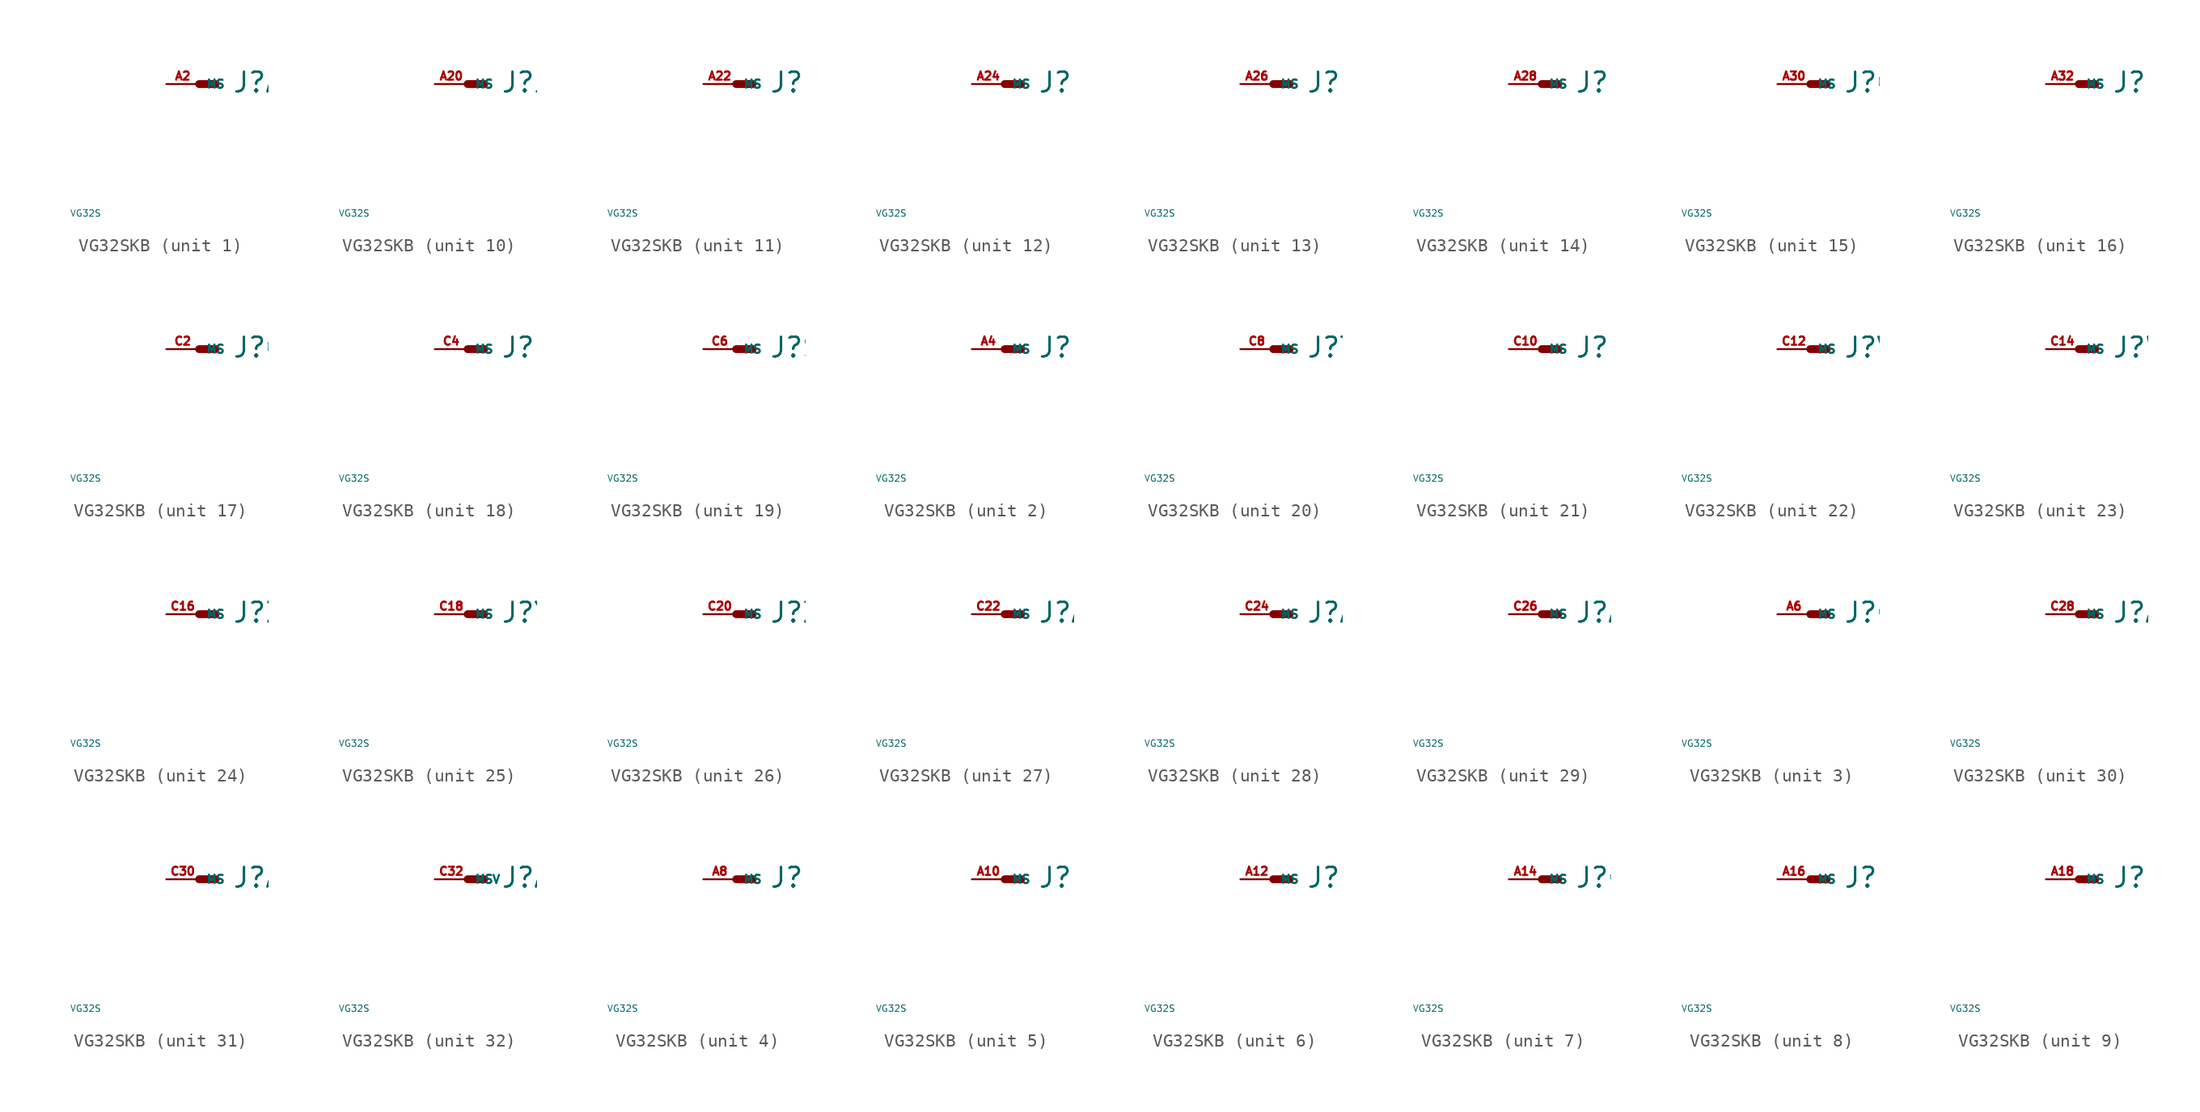
<source format=kicad_sym>
(kicad_symbol_lib
  (version 20220914)
  (generator Eagle2Kicad)
  (symbol "VG32SKB"
    (property "Reference" "J"
      (at 2.54 -0.762 0)
      (effects (font (size 1.524 1.524) (thickness 0.19)) (justify left bottom)))
    (property "Value" "VG32S"
      (at -10 -10 0)
      (effects (font (size 0.5 0.5) (thickness 0.06)) (justify left)))
    (symbol "VG32SKB_1_0"
      (polyline (pts (xy 0 0) (xy 1.27 0)) (stroke (width 0.61) (type default)) (fill (type none)))
      (pin passive line (at -2.54 0 0) (length 2.54) (name "MS" (effects (font (size 0.635 0.635) (thickness 0.08)) (justify left bottom))) (number "A2" (effects (font (size 0.635 0.635) (thickness 0.08)) (justify left bottom)))))
    (symbol "VG32SKB_2_0"
      (polyline (pts (xy 0 0) (xy 1.27 0)) (stroke (width 0.61) (type default)) (fill (type none)))
      (pin passive line (at -2.54 0 0) (length 2.54) (name "MS" (effects (font (size 0.635 0.635) (thickness 0.08)) (justify left bottom))) (number "A4" (effects (font (size 0.635 0.635) (thickness 0.08)) (justify left bottom)))))
    (symbol "VG32SKB_3_0"
      (polyline (pts (xy 0 0) (xy 1.27 0)) (stroke (width 0.61) (type default)) (fill (type none)))
      (pin passive line (at -2.54 0 0) (length 2.54) (name "MS" (effects (font (size 0.635 0.635) (thickness 0.08)) (justify left bottom))) (number "A6" (effects (font (size 0.635 0.635) (thickness 0.08)) (justify left bottom)))))
    (symbol "VG32SKB_4_0"
      (polyline (pts (xy 0 0) (xy 1.27 0)) (stroke (width 0.61) (type default)) (fill (type none)))
      (pin passive line (at -2.54 0 0) (length 2.54) (name "MS" (effects (font (size 0.635 0.635) (thickness 0.08)) (justify left bottom))) (number "A8" (effects (font (size 0.635 0.635) (thickness 0.08)) (justify left bottom)))))
    (symbol "VG32SKB_5_0"
      (polyline (pts (xy 0 0) (xy 1.27 0)) (stroke (width 0.61) (type default)) (fill (type none)))
      (pin passive line (at -2.54 0 0) (length 2.54) (name "MS" (effects (font (size 0.635 0.635) (thickness 0.08)) (justify left bottom))) (number "A10" (effects (font (size 0.635 0.635) (thickness 0.08)) (justify left bottom)))))
    (symbol "VG32SKB_6_0"
      (polyline (pts (xy 0 0) (xy 1.27 0)) (stroke (width 0.61) (type default)) (fill (type none)))
      (pin passive line (at -2.54 0 0) (length 2.54) (name "MS" (effects (font (size 0.635 0.635) (thickness 0.08)) (justify left bottom))) (number "A12" (effects (font (size 0.635 0.635) (thickness 0.08)) (justify left bottom)))))
    (symbol "VG32SKB_7_0"
      (polyline (pts (xy 0 0) (xy 1.27 0)) (stroke (width 0.61) (type default)) (fill (type none)))
      (pin passive line (at -2.54 0 0) (length 2.54) (name "MS" (effects (font (size 0.635 0.635) (thickness 0.08)) (justify left bottom))) (number "A14" (effects (font (size 0.635 0.635) (thickness 0.08)) (justify left bottom)))))
    (symbol "VG32SKB_8_0"
      (polyline (pts (xy 0 0) (xy 1.27 0)) (stroke (width 0.61) (type default)) (fill (type none)))
      (pin passive line (at -2.54 0 0) (length 2.54) (name "MS" (effects (font (size 0.635 0.635) (thickness 0.08)) (justify left bottom))) (number "A16" (effects (font (size 0.635 0.635) (thickness 0.08)) (justify left bottom)))))
    (symbol "VG32SKB_9_0"
      (polyline (pts (xy 0 0) (xy 1.27 0)) (stroke (width 0.61) (type default)) (fill (type none)))
      (pin passive line (at -2.54 0 0) (length 2.54) (name "MS" (effects (font (size 0.635 0.635) (thickness 0.08)) (justify left bottom))) (number "A18" (effects (font (size 0.635 0.635) (thickness 0.08)) (justify left bottom)))))
    (symbol "VG32SKB_10_0"
      (polyline (pts (xy 0 0) (xy 1.27 0)) (stroke (width 0.61) (type default)) (fill (type none)))
      (pin passive line (at -2.54 0 0) (length 2.54) (name "MS" (effects (font (size 0.635 0.635) (thickness 0.08)) (justify left bottom))) (number "A20" (effects (font (size 0.635 0.635) (thickness 0.08)) (justify left bottom)))))
    (symbol "VG32SKB_11_0"
      (polyline (pts (xy 0 0) (xy 1.27 0)) (stroke (width 0.61) (type default)) (fill (type none)))
      (pin passive line (at -2.54 0 0) (length 2.54) (name "MS" (effects (font (size 0.635 0.635) (thickness 0.08)) (justify left bottom))) (number "A22" (effects (font (size 0.635 0.635) (thickness 0.08)) (justify left bottom)))))
    (symbol "VG32SKB_12_0"
      (polyline (pts (xy 0 0) (xy 1.27 0)) (stroke (width 0.61) (type default)) (fill (type none)))
      (pin passive line (at -2.54 0 0) (length 2.54) (name "MS" (effects (font (size 0.635 0.635) (thickness 0.08)) (justify left bottom))) (number "A24" (effects (font (size 0.635 0.635) (thickness 0.08)) (justify left bottom)))))
    (symbol "VG32SKB_13_0"
      (polyline (pts (xy 0 0) (xy 1.27 0)) (stroke (width 0.61) (type default)) (fill (type none)))
      (pin passive line (at -2.54 0 0) (length 2.54) (name "MS" (effects (font (size 0.635 0.635) (thickness 0.08)) (justify left bottom))) (number "A26" (effects (font (size 0.635 0.635) (thickness 0.08)) (justify left bottom)))))
    (symbol "VG32SKB_14_0"
      (polyline (pts (xy 0 0) (xy 1.27 0)) (stroke (width 0.61) (type default)) (fill (type none)))
      (pin passive line (at -2.54 0 0) (length 2.54) (name "MS" (effects (font (size 0.635 0.635) (thickness 0.08)) (justify left bottom))) (number "A28" (effects (font (size 0.635 0.635) (thickness 0.08)) (justify left bottom)))))
    (symbol "VG32SKB_15_0"
      (polyline (pts (xy 0 0) (xy 1.27 0)) (stroke (width 0.61) (type default)) (fill (type none)))
      (pin passive line (at -2.54 0 0) (length 2.54) (name "MS" (effects (font (size 0.635 0.635) (thickness 0.08)) (justify left bottom))) (number "A30" (effects (font (size 0.635 0.635) (thickness 0.08)) (justify left bottom)))))
    (symbol "VG32SKB_16_0"
      (polyline (pts (xy 0 0) (xy 1.27 0)) (stroke (width 0.61) (type default)) (fill (type none)))
      (pin passive line (at -2.54 0 0) (length 2.54) (name "MS" (effects (font (size 0.635 0.635) (thickness 0.08)) (justify left bottom))) (number "A32" (effects (font (size 0.635 0.635) (thickness 0.08)) (justify left bottom)))))
    (symbol "VG32SKB_17_0"
      (polyline (pts (xy 0 0) (xy 1.27 0)) (stroke (width 0.61) (type default)) (fill (type none)))
      (pin passive line (at -2.54 0 0) (length 2.54) (name "MS" (effects (font (size 0.635 0.635) (thickness 0.08)) (justify left bottom))) (number "C2" (effects (font (size 0.635 0.635) (thickness 0.08)) (justify left bottom)))))
    (symbol "VG32SKB_18_0"
      (polyline (pts (xy 0 0) (xy 1.27 0)) (stroke (width 0.61) (type default)) (fill (type none)))
      (pin passive line (at -2.54 0 0) (length 2.54) (name "MS" (effects (font (size 0.635 0.635) (thickness 0.08)) (justify left bottom))) (number "C4" (effects (font (size 0.635 0.635) (thickness 0.08)) (justify left bottom)))))
    (symbol "VG32SKB_19_0"
      (polyline (pts (xy 0 0) (xy 1.27 0)) (stroke (width 0.61) (type default)) (fill (type none)))
      (pin passive line (at -2.54 0 0) (length 2.54) (name "MS" (effects (font (size 0.635 0.635) (thickness 0.08)) (justify left bottom))) (number "C6" (effects (font (size 0.635 0.635) (thickness 0.08)) (justify left bottom)))))
    (symbol "VG32SKB_20_0"
      (polyline (pts (xy 0 0) (xy 1.27 0)) (stroke (width 0.61) (type default)) (fill (type none)))
      (pin passive line (at -2.54 0 0) (length 2.54) (name "MS" (effects (font (size 0.635 0.635) (thickness 0.08)) (justify left bottom))) (number "C8" (effects (font (size 0.635 0.635) (thickness 0.08)) (justify left bottom)))))
    (symbol "VG32SKB_21_0"
      (polyline (pts (xy 0 0) (xy 1.27 0)) (stroke (width 0.61) (type default)) (fill (type none)))
      (pin passive line (at -2.54 0 0) (length 2.54) (name "MS" (effects (font (size 0.635 0.635) (thickness 0.08)) (justify left bottom))) (number "C10" (effects (font (size 0.635 0.635) (thickness 0.08)) (justify left bottom)))))
    (symbol "VG32SKB_22_0"
      (polyline (pts (xy 0 0) (xy 1.27 0)) (stroke (width 0.61) (type default)) (fill (type none)))
      (pin passive line (at -2.54 0 0) (length 2.54) (name "MS" (effects (font (size 0.635 0.635) (thickness 0.08)) (justify left bottom))) (number "C12" (effects (font (size 0.635 0.635) (thickness 0.08)) (justify left bottom)))))
    (symbol "VG32SKB_23_0"
      (polyline (pts (xy 0 0) (xy 1.27 0)) (stroke (width 0.61) (type default)) (fill (type none)))
      (pin passive line (at -2.54 0 0) (length 2.54) (name "MS" (effects (font (size 0.635 0.635) (thickness 0.08)) (justify left bottom))) (number "C14" (effects (font (size 0.635 0.635) (thickness 0.08)) (justify left bottom)))))
    (symbol "VG32SKB_24_0"
      (polyline (pts (xy 0 0) (xy 1.27 0)) (stroke (width 0.61) (type default)) (fill (type none)))
      (pin passive line (at -2.54 0 0) (length 2.54) (name "MS" (effects (font (size 0.635 0.635) (thickness 0.08)) (justify left bottom))) (number "C16" (effects (font (size 0.635 0.635) (thickness 0.08)) (justify left bottom)))))
    (symbol "VG32SKB_25_0"
      (polyline (pts (xy 0 0) (xy 1.27 0)) (stroke (width 0.61) (type default)) (fill (type none)))
      (pin passive line (at -2.54 0 0) (length 2.54) (name "MS" (effects (font (size 0.635 0.635) (thickness 0.08)) (justify left bottom))) (number "C18" (effects (font (size 0.635 0.635) (thickness 0.08)) (justify left bottom)))))
    (symbol "VG32SKB_26_0"
      (polyline (pts (xy 0 0) (xy 1.27 0)) (stroke (width 0.61) (type default)) (fill (type none)))
      (pin passive line (at -2.54 0 0) (length 2.54) (name "MS" (effects (font (size 0.635 0.635) (thickness 0.08)) (justify left bottom))) (number "C20" (effects (font (size 0.635 0.635) (thickness 0.08)) (justify left bottom)))))
    (symbol "VG32SKB_27_0"
      (polyline (pts (xy 0 0) (xy 1.27 0)) (stroke (width 0.61) (type default)) (fill (type none)))
      (pin passive line (at -2.54 0 0) (length 2.54) (name "MS" (effects (font (size 0.635 0.635) (thickness 0.08)) (justify left bottom))) (number "C22" (effects (font (size 0.635 0.635) (thickness 0.08)) (justify left bottom)))))
    (symbol "VG32SKB_28_0"
      (polyline (pts (xy 0 0) (xy 1.27 0)) (stroke (width 0.61) (type default)) (fill (type none)))
      (pin passive line (at -2.54 0 0) (length 2.54) (name "MS" (effects (font (size 0.635 0.635) (thickness 0.08)) (justify left bottom))) (number "C24" (effects (font (size 0.635 0.635) (thickness 0.08)) (justify left bottom)))))
    (symbol "VG32SKB_29_0"
      (polyline (pts (xy 0 0) (xy 1.27 0)) (stroke (width 0.61) (type default)) (fill (type none)))
      (pin passive line (at -2.54 0 0) (length 2.54) (name "MS" (effects (font (size 0.635 0.635) (thickness 0.08)) (justify left bottom))) (number "C26" (effects (font (size 0.635 0.635) (thickness 0.08)) (justify left bottom)))))
    (symbol "VG32SKB_30_0"
      (polyline (pts (xy 0 0) (xy 1.27 0)) (stroke (width 0.61) (type default)) (fill (type none)))
      (pin passive line (at -2.54 0 0) (length 2.54) (name "MS" (effects (font (size 0.635 0.635) (thickness 0.08)) (justify left bottom))) (number "C28" (effects (font (size 0.635 0.635) (thickness 0.08)) (justify left bottom)))))
    (symbol "VG32SKB_31_0"
      (polyline (pts (xy 0 0) (xy 1.27 0)) (stroke (width 0.61) (type default)) (fill (type none)))
      (pin passive line (at -2.54 0 0) (length 2.54) (name "MS" (effects (font (size 0.635 0.635) (thickness 0.08)) (justify left bottom))) (number "C30" (effects (font (size 0.635 0.635) (thickness 0.08)) (justify left bottom)))))
    (symbol "VG32SKB_32_0"
      (polyline (pts (xy 0 0) (xy 1.27 0)) (stroke (width 0.61) (type default)) (fill (type none)))
      (pin passive line (at -2.54 0 0) (length 2.54) (name "MSV" (effects (font (size 0.635 0.635) (thickness 0.08)) (justify left bottom))) (number "C32" (effects (font (size 0.635 0.635) (thickness 0.08)) (justify left bottom)))))))
</source>
